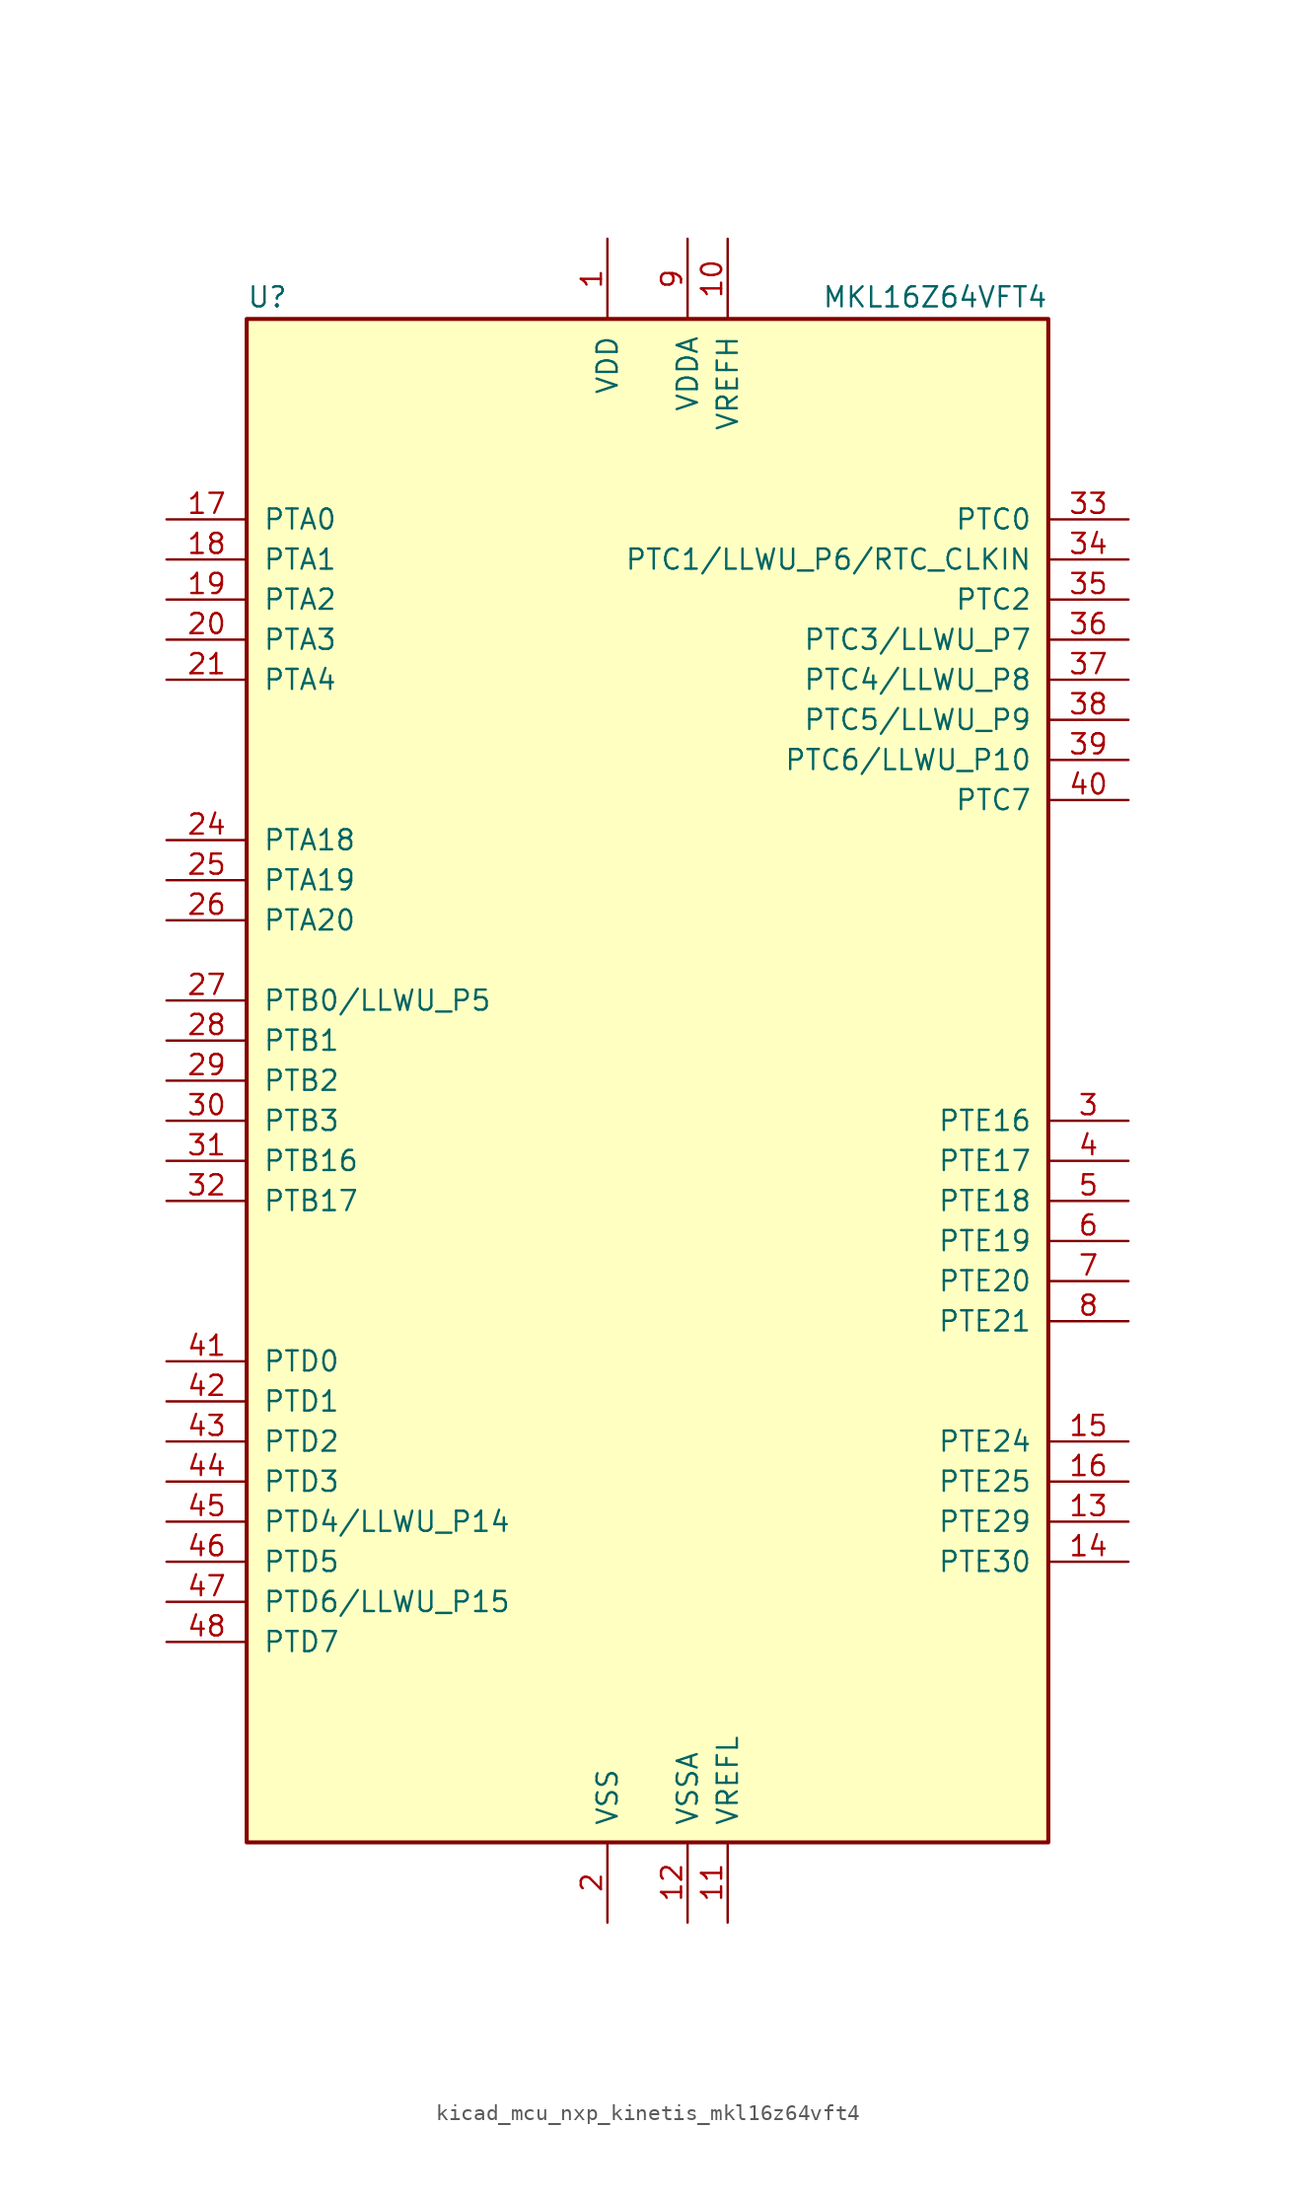
<source format=kicad_sym>
(kicad_symbol_lib
  (version 20220914)
  (generator kicad_symbol_editor)
  (symbol "kicad_mcu_nxp_kinetis_mkl16z64vft4"
    (pin_names
      (offset 1.016))
    (property "Reference" "U"
      (at -25.4 48.895 0)
      (effects (font (size 1.27 1.27)) (justify left bottom)))
    (property "Value" "MKL16Z64VFT4"
      (at 25.4 48.895 0)
      (effects (font (size 1.27 1.27)) (justify right bottom)))
    (symbol "kicad_mcu_nxp_kinetis_mkl16z64vft4_0_1"
      (rectangle (start -25.4 48.26) (end 25.4 -48.26) (stroke (width 0.254) (type default)) (fill (type background))))
    (symbol "kicad_mcu_nxp_kinetis_mkl16z64vft4_1_1"
      (pin power_in line (at -2.54 53.34 270) (length 5.08) (name "VDD" (effects (font (size 1.27 1.27)))) (number "1" (effects (font (size 1.27 1.27)))))
      (pin power_in line (at 5.08 53.34 270) (length 5.08) (name "VREFH" (effects (font (size 1.27 1.27)))) (number "10" (effects (font (size 1.27 1.27)))))
      (pin power_in line (at 5.08 -53.34 90) (length 5.08) (name "VREFL" (effects (font (size 1.27 1.27)))) (number "11" (effects (font (size 1.27 1.27)))))
      (pin power_in line (at 2.54 -53.34 90) (length 5.08) (name "VSSA" (effects (font (size 1.27 1.27)))) (number "12" (effects (font (size 1.27 1.27)))))
      (pin bidirectional line (at 30.48 -27.94 180) (length 5.08) (name "PTE29" (effects (font (size 1.27 1.27)))) (number "13" (effects (font (size 1.27 1.27)))))
      (pin bidirectional line (at 30.48 -30.48 180) (length 5.08) (name "PTE30" (effects (font (size 1.27 1.27)))) (number "14" (effects (font (size 1.27 1.27)))))
      (pin bidirectional line (at 30.48 -22.86 180) (length 5.08) (name "PTE24" (effects (font (size 1.27 1.27)))) (number "15" (effects (font (size 1.27 1.27)))))
      (pin bidirectional line (at 30.48 -25.4 180) (length 5.08) (name "PTE25" (effects (font (size 1.27 1.27)))) (number "16" (effects (font (size 1.27 1.27)))))
      (pin bidirectional line (at -30.48 35.56 0) (length 5.08) (name "PTA0" (effects (font (size 1.27 1.27)))) (number "17" (effects (font (size 1.27 1.27)))))
      (pin bidirectional line (at -30.48 33.02 0) (length 5.08) (name "PTA1" (effects (font (size 1.27 1.27)))) (number "18" (effects (font (size 1.27 1.27)))))
      (pin bidirectional line (at -30.48 30.48 0) (length 5.08) (name "PTA2" (effects (font (size 1.27 1.27)))) (number "19" (effects (font (size 1.27 1.27)))))
      (pin power_in line (at -2.54 -53.34 90) (length 5.08) (name "VSS" (effects (font (size 1.27 1.27)))) (number "2" (effects (font (size 1.27 1.27)))))
      (pin bidirectional line (at -30.48 27.94 0) (length 5.08) (name "PTA3" (effects (font (size 1.27 1.27)))) (number "20" (effects (font (size 1.27 1.27)))))
      (pin bidirectional line (at -30.48 25.4 0) (length 5.08) (name "PTA4" (effects (font (size 1.27 1.27)))) (number "21" (effects (font (size 1.27 1.27)))))
      (pin passive line (at -2.54 53.34 270) (length 5.08) hide (name "VDD" (effects (font (size 1.27 1.27)))) (number "22" (effects (font (size 1.27 1.27)))))
      (pin passive line (at -2.54 -53.34 90) (length 5.08) hide (name "VSS" (effects (font (size 1.27 1.27)))) (number "23" (effects (font (size 1.27 1.27)))))
      (pin bidirectional line (at -30.48 15.24 0) (length 5.08) (name "PTA18" (effects (font (size 1.27 1.27)))) (number "24" (effects (font (size 1.27 1.27)))))
      (pin bidirectional line (at -30.48 12.7 0) (length 5.08) (name "PTA19" (effects (font (size 1.27 1.27)))) (number "25" (effects (font (size 1.27 1.27)))))
      (pin bidirectional line (at -30.48 10.16 0) (length 5.08) (name "PTA20" (effects (font (size 1.27 1.27)))) (number "26" (effects (font (size 1.27 1.27)))))
      (pin bidirectional line (at -30.48 5.08 0) (length 5.08) (name "PTB0/LLWU_P5" (effects (font (size 1.27 1.27)))) (number "27" (effects (font (size 1.27 1.27)))))
      (pin bidirectional line (at -30.48 2.54 0) (length 5.08) (name "PTB1" (effects (font (size 1.27 1.27)))) (number "28" (effects (font (size 1.27 1.27)))))
      (pin bidirectional line (at -30.48 0 0) (length 5.08) (name "PTB2" (effects (font (size 1.27 1.27)))) (number "29" (effects (font (size 1.27 1.27)))))
      (pin bidirectional line (at 30.48 -2.54 180) (length 5.08) (name "PTE16" (effects (font (size 1.27 1.27)))) (number "3" (effects (font (size 1.27 1.27)))))
      (pin bidirectional line (at -30.48 -2.54 0) (length 5.08) (name "PTB3" (effects (font (size 1.27 1.27)))) (number "30" (effects (font (size 1.27 1.27)))))
      (pin bidirectional line (at -30.48 -5.08 0) (length 5.08) (name "PTB16" (effects (font (size 1.27 1.27)))) (number "31" (effects (font (size 1.27 1.27)))))
      (pin bidirectional line (at -30.48 -7.62 0) (length 5.08) (name "PTB17" (effects (font (size 1.27 1.27)))) (number "32" (effects (font (size 1.27 1.27)))))
      (pin bidirectional line (at 30.48 35.56 180) (length 5.08) (name "PTC0" (effects (font (size 1.27 1.27)))) (number "33" (effects (font (size 1.27 1.27)))))
      (pin bidirectional line (at 30.48 33.02 180) (length 5.08) (name "PTC1/LLWU_P6/RTC_CLKIN" (effects (font (size 1.27 1.27)))) (number "34" (effects (font (size 1.27 1.27)))))
      (pin bidirectional line (at 30.48 30.48 180) (length 5.08) (name "PTC2" (effects (font (size 1.27 1.27)))) (number "35" (effects (font (size 1.27 1.27)))))
      (pin bidirectional line (at 30.48 27.94 180) (length 5.08) (name "PTC3/LLWU_P7" (effects (font (size 1.27 1.27)))) (number "36" (effects (font (size 1.27 1.27)))))
      (pin bidirectional line (at 30.48 25.4 180) (length 5.08) (name "PTC4/LLWU_P8" (effects (font (size 1.27 1.27)))) (number "37" (effects (font (size 1.27 1.27)))))
      (pin bidirectional line (at 30.48 22.86 180) (length 5.08) (name "PTC5/LLWU_P9" (effects (font (size 1.27 1.27)))) (number "38" (effects (font (size 1.27 1.27)))))
      (pin bidirectional line (at 30.48 20.32 180) (length 5.08) (name "PTC6/LLWU_P10" (effects (font (size 1.27 1.27)))) (number "39" (effects (font (size 1.27 1.27)))))
      (pin bidirectional line (at 30.48 -5.08 180) (length 5.08) (name "PTE17" (effects (font (size 1.27 1.27)))) (number "4" (effects (font (size 1.27 1.27)))))
      (pin bidirectional line (at 30.48 17.78 180) (length 5.08) (name "PTC7" (effects (font (size 1.27 1.27)))) (number "40" (effects (font (size 1.27 1.27)))))
      (pin bidirectional line (at -30.48 -17.78 0) (length 5.08) (name "PTD0" (effects (font (size 1.27 1.27)))) (number "41" (effects (font (size 1.27 1.27)))))
      (pin bidirectional line (at -30.48 -20.32 0) (length 5.08) (name "PTD1" (effects (font (size 1.27 1.27)))) (number "42" (effects (font (size 1.27 1.27)))))
      (pin bidirectional line (at -30.48 -22.86 0) (length 5.08) (name "PTD2" (effects (font (size 1.27 1.27)))) (number "43" (effects (font (size 1.27 1.27)))))
      (pin bidirectional line (at -30.48 -25.4 0) (length 5.08) (name "PTD3" (effects (font (size 1.27 1.27)))) (number "44" (effects (font (size 1.27 1.27)))))
      (pin bidirectional line (at -30.48 -27.94 0) (length 5.08) (name "PTD4/LLWU_P14" (effects (font (size 1.27 1.27)))) (number "45" (effects (font (size 1.27 1.27)))))
      (pin bidirectional line (at -30.48 -30.48 0) (length 5.08) (name "PTD5" (effects (font (size 1.27 1.27)))) (number "46" (effects (font (size 1.27 1.27)))))
      (pin bidirectional line (at -30.48 -33.02 0) (length 5.08) (name "PTD6/LLWU_P15" (effects (font (size 1.27 1.27)))) (number "47" (effects (font (size 1.27 1.27)))))
      (pin bidirectional line (at -30.48 -35.56 0) (length 5.08) (name "PTD7" (effects (font (size 1.27 1.27)))) (number "48" (effects (font (size 1.27 1.27)))))
      (pin bidirectional line (at 30.48 -7.62 180) (length 5.08) (name "PTE18" (effects (font (size 1.27 1.27)))) (number "5" (effects (font (size 1.27 1.27)))))
      (pin bidirectional line (at 30.48 -10.16 180) (length 5.08) (name "PTE19" (effects (font (size 1.27 1.27)))) (number "6" (effects (font (size 1.27 1.27)))))
      (pin bidirectional line (at 30.48 -12.7 180) (length 5.08) (name "PTE20" (effects (font (size 1.27 1.27)))) (number "7" (effects (font (size 1.27 1.27)))))
      (pin bidirectional line (at 30.48 -15.24 180) (length 5.08) (name "PTE21" (effects (font (size 1.27 1.27)))) (number "8" (effects (font (size 1.27 1.27)))))
      (pin power_in line (at 2.54 53.34 270) (length 5.08) (name "VDDA" (effects (font (size 1.27 1.27)))) (number "9" (effects (font (size 1.27 1.27))))))))
</source>
